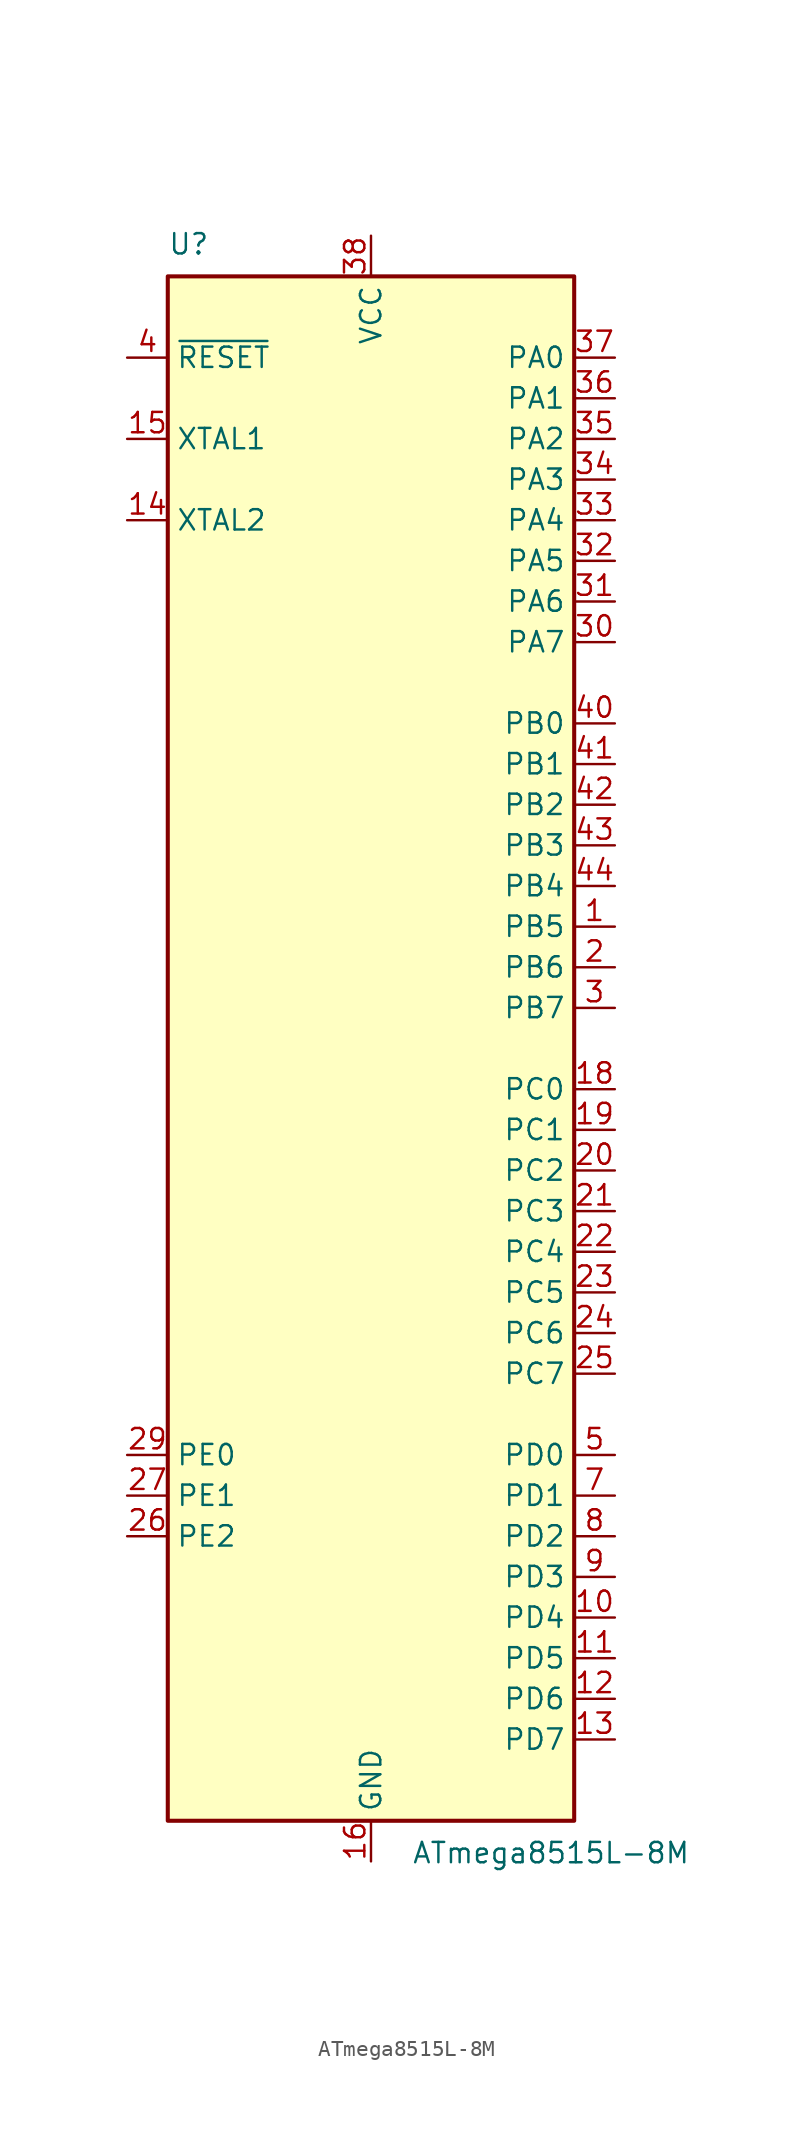
<source format=kicad_sym>
(kicad_symbol_lib
  (version 20200908)
  (generator kicad_symbol_editor)
  (symbol "MCU_Microchip_ATmega:ATmega8515L-8M"
    (property "Reference" "U"
      (at -12.7 49.53 0)
      (effects (font (size 1.27 1.27)) (justify left bottom)))
    (property "Value" "ATmega8515L-8M"
      (at 2.54 -49.53 0)
      (effects (font (size 1.27 1.27)) (justify left top)))
    (symbol "ATmega8515L-8M_0_1"
      (rectangle (start -12.7 -48.26) (end 12.7 48.26) (stroke (width 0.254)) (fill (type background))))
    (symbol "ATmega8515L-8M_1_1"
      (pin bidirectional line (at 15.24 7.62 180) (length 2.54) (name "PB5" (effects (font (size 1.27 1.27)))) (number "1" (effects (font (size 1.27 1.27)))))
      (pin bidirectional line (at 15.24 -35.56 180) (length 2.54) (name "PD4" (effects (font (size 1.27 1.27)))) (number "10" (effects (font (size 1.27 1.27)))))
      (pin bidirectional line (at 15.24 -38.1 180) (length 2.54) (name "PD5" (effects (font (size 1.27 1.27)))) (number "11" (effects (font (size 1.27 1.27)))))
      (pin bidirectional line (at 15.24 -40.64 180) (length 2.54) (name "PD6" (effects (font (size 1.27 1.27)))) (number "12" (effects (font (size 1.27 1.27)))))
      (pin bidirectional line (at 15.24 -43.18 180) (length 2.54) (name "PD7" (effects (font (size 1.27 1.27)))) (number "13" (effects (font (size 1.27 1.27)))))
      (pin output line (at -15.24 33.02 0) (length 2.54) (name "XTAL2" (effects (font (size 1.27 1.27)))) (number "14" (effects (font (size 1.27 1.27)))))
      (pin input line (at -15.24 38.1 0) (length 2.54) (name "XTAL1" (effects (font (size 1.27 1.27)))) (number "15" (effects (font (size 1.27 1.27)))))
      (pin power_in line (at 0 -50.8 90) (length 2.54) (name "GND" (effects (font (size 1.27 1.27)))) (number "16" (effects (font (size 1.27 1.27)))))
      (pin unconnected line (at -12.7 -40.64 0) (length 2.54) hide (name "NC" (effects (font (size 1.27 1.27)))) (number "17" (effects (font (size 1.27 1.27)))))
      (pin bidirectional line (at 15.24 -2.54 180) (length 2.54) (name "PC0" (effects (font (size 1.27 1.27)))) (number "18" (effects (font (size 1.27 1.27)))))
      (pin bidirectional line (at 15.24 -5.08 180) (length 2.54) (name "PC1" (effects (font (size 1.27 1.27)))) (number "19" (effects (font (size 1.27 1.27)))))
      (pin bidirectional line (at 15.24 5.08 180) (length 2.54) (name "PB6" (effects (font (size 1.27 1.27)))) (number "2" (effects (font (size 1.27 1.27)))))
      (pin bidirectional line (at 15.24 -7.62 180) (length 2.54) (name "PC2" (effects (font (size 1.27 1.27)))) (number "20" (effects (font (size 1.27 1.27)))))
      (pin bidirectional line (at 15.24 -10.16 180) (length 2.54) (name "PC3" (effects (font (size 1.27 1.27)))) (number "21" (effects (font (size 1.27 1.27)))))
      (pin bidirectional line (at 15.24 -12.7 180) (length 2.54) (name "PC4" (effects (font (size 1.27 1.27)))) (number "22" (effects (font (size 1.27 1.27)))))
      (pin bidirectional line (at 15.24 -15.24 180) (length 2.54) (name "PC5" (effects (font (size 1.27 1.27)))) (number "23" (effects (font (size 1.27 1.27)))))
      (pin bidirectional line (at 15.24 -17.78 180) (length 2.54) (name "PC6" (effects (font (size 1.27 1.27)))) (number "24" (effects (font (size 1.27 1.27)))))
      (pin bidirectional line (at 15.24 -20.32 180) (length 2.54) (name "PC7" (effects (font (size 1.27 1.27)))) (number "25" (effects (font (size 1.27 1.27)))))
      (pin bidirectional line (at -15.24 -30.48 0) (length 2.54) (name "PE2" (effects (font (size 1.27 1.27)))) (number "26" (effects (font (size 1.27 1.27)))))
      (pin bidirectional line (at -15.24 -27.94 0) (length 2.54) (name "PE1" (effects (font (size 1.27 1.27)))) (number "27" (effects (font (size 1.27 1.27)))))
      (pin unconnected line (at -12.7 -43.18 0) (length 2.54) hide (name "NC" (effects (font (size 1.27 1.27)))) (number "28" (effects (font (size 1.27 1.27)))))
      (pin bidirectional line (at -15.24 -25.4 0) (length 2.54) (name "PE0" (effects (font (size 1.27 1.27)))) (number "29" (effects (font (size 1.27 1.27)))))
      (pin bidirectional line (at 15.24 2.54 180) (length 2.54) (name "PB7" (effects (font (size 1.27 1.27)))) (number "3" (effects (font (size 1.27 1.27)))))
      (pin bidirectional line (at 15.24 25.4 180) (length 2.54) (name "PA7" (effects (font (size 1.27 1.27)))) (number "30" (effects (font (size 1.27 1.27)))))
      (pin bidirectional line (at 15.24 27.94 180) (length 2.54) (name "PA6" (effects (font (size 1.27 1.27)))) (number "31" (effects (font (size 1.27 1.27)))))
      (pin bidirectional line (at 15.24 30.48 180) (length 2.54) (name "PA5" (effects (font (size 1.27 1.27)))) (number "32" (effects (font (size 1.27 1.27)))))
      (pin bidirectional line (at 15.24 33.02 180) (length 2.54) (name "PA4" (effects (font (size 1.27 1.27)))) (number "33" (effects (font (size 1.27 1.27)))))
      (pin bidirectional line (at 15.24 35.56 180) (length 2.54) (name "PA3" (effects (font (size 1.27 1.27)))) (number "34" (effects (font (size 1.27 1.27)))))
      (pin bidirectional line (at 15.24 38.1 180) (length 2.54) (name "PA2" (effects (font (size 1.27 1.27)))) (number "35" (effects (font (size 1.27 1.27)))))
      (pin bidirectional line (at 15.24 40.64 180) (length 2.54) (name "PA1" (effects (font (size 1.27 1.27)))) (number "36" (effects (font (size 1.27 1.27)))))
      (pin bidirectional line (at 15.24 43.18 180) (length 2.54) (name "PA0" (effects (font (size 1.27 1.27)))) (number "37" (effects (font (size 1.27 1.27)))))
      (pin power_in line (at 0 50.8 270) (length 2.54) (name "VCC" (effects (font (size 1.27 1.27)))) (number "38" (effects (font (size 1.27 1.27)))))
      (pin unconnected line (at -12.7 -45.72 0) (length 2.54) hide (name "NC" (effects (font (size 1.27 1.27)))) (number "39" (effects (font (size 1.27 1.27)))))
      (pin input line (at -15.24 43.18 0) (length 2.54) (name "~RESET" (effects (font (size 1.27 1.27)))) (number "4" (effects (font (size 1.27 1.27)))))
      (pin bidirectional line (at 15.24 20.32 180) (length 2.54) (name "PB0" (effects (font (size 1.27 1.27)))) (number "40" (effects (font (size 1.27 1.27)))))
      (pin bidirectional line (at 15.24 17.78 180) (length 2.54) (name "PB1" (effects (font (size 1.27 1.27)))) (number "41" (effects (font (size 1.27 1.27)))))
      (pin bidirectional line (at 15.24 15.24 180) (length 2.54) (name "PB2" (effects (font (size 1.27 1.27)))) (number "42" (effects (font (size 1.27 1.27)))))
      (pin bidirectional line (at 15.24 12.7 180) (length 2.54) (name "PB3" (effects (font (size 1.27 1.27)))) (number "43" (effects (font (size 1.27 1.27)))))
      (pin bidirectional line (at 15.24 10.16 180) (length 2.54) (name "PB4" (effects (font (size 1.27 1.27)))) (number "44" (effects (font (size 1.27 1.27)))))
      (pin passive line (at 0 -50.8 90) (length 2.54) hide (name "GND" (effects (font (size 1.27 1.27)))) (number "45" (effects (font (size 1.27 1.27)))))
      (pin bidirectional line (at 15.24 -25.4 180) (length 2.54) (name "PD0" (effects (font (size 1.27 1.27)))) (number "5" (effects (font (size 1.27 1.27)))))
      (pin unconnected line (at -12.7 -38.1 0) (length 2.54) hide (name "NC" (effects (font (size 1.27 1.27)))) (number "6" (effects (font (size 1.27 1.27)))))
      (pin bidirectional line (at 15.24 -27.94 180) (length 2.54) (name "PD1" (effects (font (size 1.27 1.27)))) (number "7" (effects (font (size 1.27 1.27)))))
      (pin bidirectional line (at 15.24 -30.48 180) (length 2.54) (name "PD2" (effects (font (size 1.27 1.27)))) (number "8" (effects (font (size 1.27 1.27)))))
      (pin bidirectional line (at 15.24 -33.02 180) (length 2.54) (name "PD3" (effects (font (size 1.27 1.27)))) (number "9" (effects (font (size 1.27 1.27))))))))
</source>
